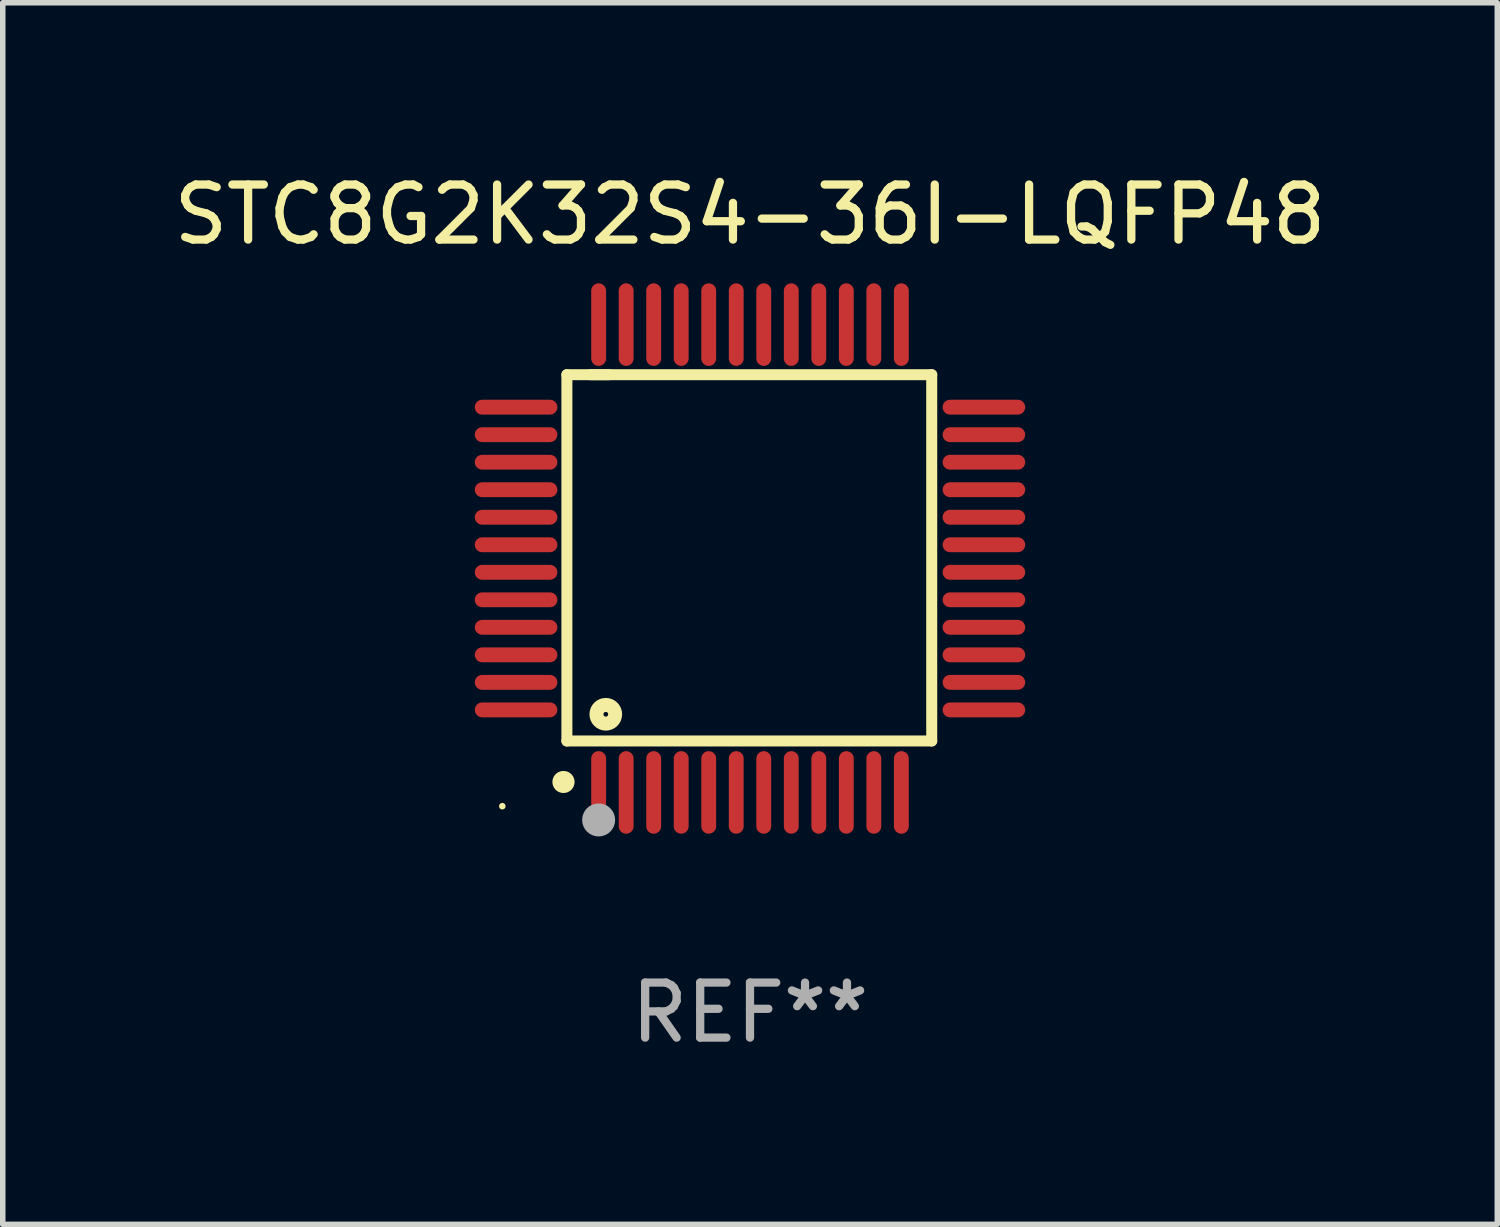
<source format=kicad_pcb>
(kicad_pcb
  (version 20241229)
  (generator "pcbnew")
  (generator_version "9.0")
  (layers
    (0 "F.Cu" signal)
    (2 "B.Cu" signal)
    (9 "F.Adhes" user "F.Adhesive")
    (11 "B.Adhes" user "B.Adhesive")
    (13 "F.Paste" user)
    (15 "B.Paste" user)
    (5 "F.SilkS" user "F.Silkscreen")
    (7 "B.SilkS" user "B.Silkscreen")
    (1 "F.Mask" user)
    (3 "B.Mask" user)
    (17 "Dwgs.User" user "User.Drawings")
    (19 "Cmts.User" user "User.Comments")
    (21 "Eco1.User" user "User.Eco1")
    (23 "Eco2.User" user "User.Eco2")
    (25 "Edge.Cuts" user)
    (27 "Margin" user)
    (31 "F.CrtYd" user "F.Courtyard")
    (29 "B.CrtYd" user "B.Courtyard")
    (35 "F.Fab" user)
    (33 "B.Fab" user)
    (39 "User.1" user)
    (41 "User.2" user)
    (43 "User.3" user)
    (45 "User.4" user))
  (footprint "STC8G2K32S4-36I-LQFP48"
    (layer "F.Cu")
    (at 10.577 7.098)
    (property "Reference" "STC8G2K32S4-36I-LQFP48" (at 0 -6.25 0) (layer "F.SilkS") (effects (font (size 1 1) (thickness 0.15))))
    (attr through_hole)
    (fp_line (start -3.327 -3.34) (end -2.565 -3.34) (stroke (width 0.2) (type solid)) (layer "F.SilkS"))
    (fp_line (start -3.327 3.315) (end -3.327 -3.34) (stroke (width 0.2) (type solid)) (layer "F.SilkS"))
    (fp_line (start -2.896 -3.34) (end 3.302 -3.34) (stroke (width 0.2) (type solid)) (layer "F.SilkS"))
    (fp_line (start 3.302 -3.34) (end 3.302 3.315) (stroke (width 0.2) (type solid)) (layer "F.SilkS"))
    (fp_line (start 3.302 3.315) (end -3.327 3.315) (stroke (width 0.2) (type solid)) (layer "F.SilkS"))
    (fp_arc (start -3.389992 4.059995) (mid -3.388722 4.059991) (end -3.387452 4.059995) (stroke (width 0.4) (type solid)) (layer "F.SilkS"))
    (fp_circle (center -4.5 4.5) (end -4.47 4.5) (stroke (width 0.06) (type solid)) (fill no) (layer "F.SilkS"))
    (fp_circle (center -2.62 2.83) (end -2.45 2.83) (stroke (width 0.254) (type solid)) (fill no) (layer "F.SilkS"))
    (fp_circle (center -2.75 4.75) (end -2.6 4.75) (stroke (width 0.3) (type solid)) (fill no) (layer "F.Fab"))
    (fp_text user "REF**" (at 0 8.25 0) (layer "F.Fab") (effects (font (size 1 1) (thickness 0.15))))
    (pad "1" smd oval (at -2.75 4.25) (size 0.27 1.5) (layers "F.Cu" "F.Mask" "F.Paste"))
    (pad "2" smd oval (at -2.25 4.25) (size 0.27 1.5) (layers "F.Cu" "F.Mask" "F.Paste"))
    (pad "3" smd oval (at -1.75 4.25) (size 0.27 1.5) (layers "F.Cu" "F.Mask" "F.Paste"))
    (pad "4" smd oval (at -1.25 4.25) (size 0.27 1.5) (layers "F.Cu" "F.Mask" "F.Paste"))
    (pad "5" smd oval (at -0.75 4.25) (size 0.27 1.5) (layers "F.Cu" "F.Mask" "F.Paste"))
    (pad "6" smd oval (at -0.25 4.25) (size 0.27 1.5) (layers "F.Cu" "F.Mask" "F.Paste"))
    (pad "7" smd oval (at 0.25 4.25) (size 0.27 1.5) (layers "F.Cu" "F.Mask" "F.Paste"))
    (pad "8" smd oval (at 0.75 4.25) (size 0.27 1.5) (layers "F.Cu" "F.Mask" "F.Paste"))
    (pad "9" smd oval (at 1.25 4.25) (size 0.27 1.5) (layers "F.Cu" "F.Mask" "F.Paste"))
    (pad "10" smd oval (at 1.75 4.25) (size 0.27 1.5) (layers "F.Cu" "F.Mask" "F.Paste"))
    (pad "11" smd oval (at 2.25 4.25) (size 0.27 1.5) (layers "F.Cu" "F.Mask" "F.Paste"))
    (pad "12" smd oval (at 2.75 4.25) (size 0.27 1.5) (layers "F.Cu" "F.Mask" "F.Paste"))
    (pad "13" smd oval (at 4.25 2.75) (size 1.5 0.27) (layers "F.Cu" "F.Mask" "F.Paste"))
    (pad "14" smd oval (at 4.25 2.25) (size 1.5 0.27) (layers "F.Cu" "F.Mask" "F.Paste"))
    (pad "15" smd oval (at 4.25 1.75) (size 1.5 0.27) (layers "F.Cu" "F.Mask" "F.Paste"))
    (pad "16" smd oval (at 4.25 1.25) (size 1.5 0.27) (layers "F.Cu" "F.Mask" "F.Paste"))
    (pad "17" smd oval (at 4.25 0.75) (size 1.5 0.27) (layers "F.Cu" "F.Mask" "F.Paste"))
    (pad "18" smd oval (at 4.25 0.25) (size 1.5 0.27) (layers "F.Cu" "F.Mask" "F.Paste"))
    (pad "19" smd oval (at 4.25 -0.25) (size 1.5 0.27) (layers "F.Cu" "F.Mask" "F.Paste"))
    (pad "20" smd oval (at 4.25 -0.75) (size 1.5 0.27) (layers "F.Cu" "F.Mask" "F.Paste"))
    (pad "21" smd oval (at 4.25 -1.25) (size 1.5 0.27) (layers "F.Cu" "F.Mask" "F.Paste"))
    (pad "22" smd oval (at 4.25 -1.75) (size 1.5 0.27) (layers "F.Cu" "F.Mask" "F.Paste"))
    (pad "23" smd oval (at 4.25 -2.25) (size 1.5 0.27) (layers "F.Cu" "F.Mask" "F.Paste"))
    (pad "24" smd oval (at 4.25 -2.75) (size 1.5 0.27) (layers "F.Cu" "F.Mask" "F.Paste"))
    (pad "25" smd oval (at 2.75 -4.25) (size 0.27 1.5) (layers "F.Cu" "F.Mask" "F.Paste"))
    (pad "26" smd oval (at 2.25 -4.25) (size 0.27 1.5) (layers "F.Cu" "F.Mask" "F.Paste"))
    (pad "27" smd oval (at 1.75 -4.25) (size 0.27 1.5) (layers "F.Cu" "F.Mask" "F.Paste"))
    (pad "28" smd oval (at 1.25 -4.25) (size 0.27 1.5) (layers "F.Cu" "F.Mask" "F.Paste"))
    (pad "29" smd oval (at 0.75 -4.25) (size 0.27 1.5) (layers "F.Cu" "F.Mask" "F.Paste"))
    (pad "30" smd oval (at 0.25 -4.25) (size 0.27 1.5) (layers "F.Cu" "F.Mask" "F.Paste"))
    (pad "31" smd oval (at -0.25 -4.25) (size 0.27 1.5) (layers "F.Cu" "F.Mask" "F.Paste"))
    (pad "32" smd oval (at -0.75 -4.25) (size 0.27 1.5) (layers "F.Cu" "F.Mask" "F.Paste"))
    (pad "33" smd oval (at -1.25 -4.25) (size 0.27 1.5) (layers "F.Cu" "F.Mask" "F.Paste"))
    (pad "34" smd oval (at -1.75 -4.25) (size 0.27 1.5) (layers "F.Cu" "F.Mask" "F.Paste"))
    (pad "35" smd oval (at -2.25 -4.25) (size 0.27 1.5) (layers "F.Cu" "F.Mask" "F.Paste"))
    (pad "36" smd oval (at -2.75 -4.25) (size 0.27 1.5) (layers "F.Cu" "F.Mask" "F.Paste"))
    (pad "37" smd oval (at -4.25 -2.75) (size 1.5 0.27) (layers "F.Cu" "F.Mask" "F.Paste"))
    (pad "38" smd oval (at -4.25 -2.25) (size 1.5 0.27) (layers "F.Cu" "F.Mask" "F.Paste"))
    (pad "39" smd oval (at -4.25 -1.75) (size 1.5 0.27) (layers "F.Cu" "F.Mask" "F.Paste"))
    (pad "40" smd oval (at -4.25 -1.25) (size 1.5 0.27) (layers "F.Cu" "F.Mask" "F.Paste"))
    (pad "41" smd oval (at -4.25 -0.75) (size 1.5 0.27) (layers "F.Cu" "F.Mask" "F.Paste"))
    (pad "42" smd oval (at -4.25 -0.25) (size 1.5 0.27) (layers "F.Cu" "F.Mask" "F.Paste"))
    (pad "43" smd oval (at -4.25 0.25) (size 1.5 0.27) (layers "F.Cu" "F.Mask" "F.Paste"))
    (pad "44" smd oval (at -4.25 0.75) (size 1.5 0.27) (layers "F.Cu" "F.Mask" "F.Paste"))
    (pad "45" smd oval (at -4.25 1.25) (size 1.5 0.27) (layers "F.Cu" "F.Mask" "F.Paste"))
    (pad "46" smd oval (at -4.25 1.75) (size 1.5 0.27) (layers "F.Cu" "F.Mask" "F.Paste"))
    (pad "47" smd oval (at -4.25 2.25) (size 1.5 0.27) (layers "F.Cu" "F.Mask" "F.Paste"))
    (pad "48" smd oval (at -4.25 2.75) (size 1.5 0.27) (layers "F.Cu" "F.Mask" "F.Paste")))
  (gr_rect
    (start -3 -3)
    (end 24.155 19.196)
    (stroke (width 0.1) (type default))
    (fill no)
    (layer "Edge.Cuts")))
</source>
